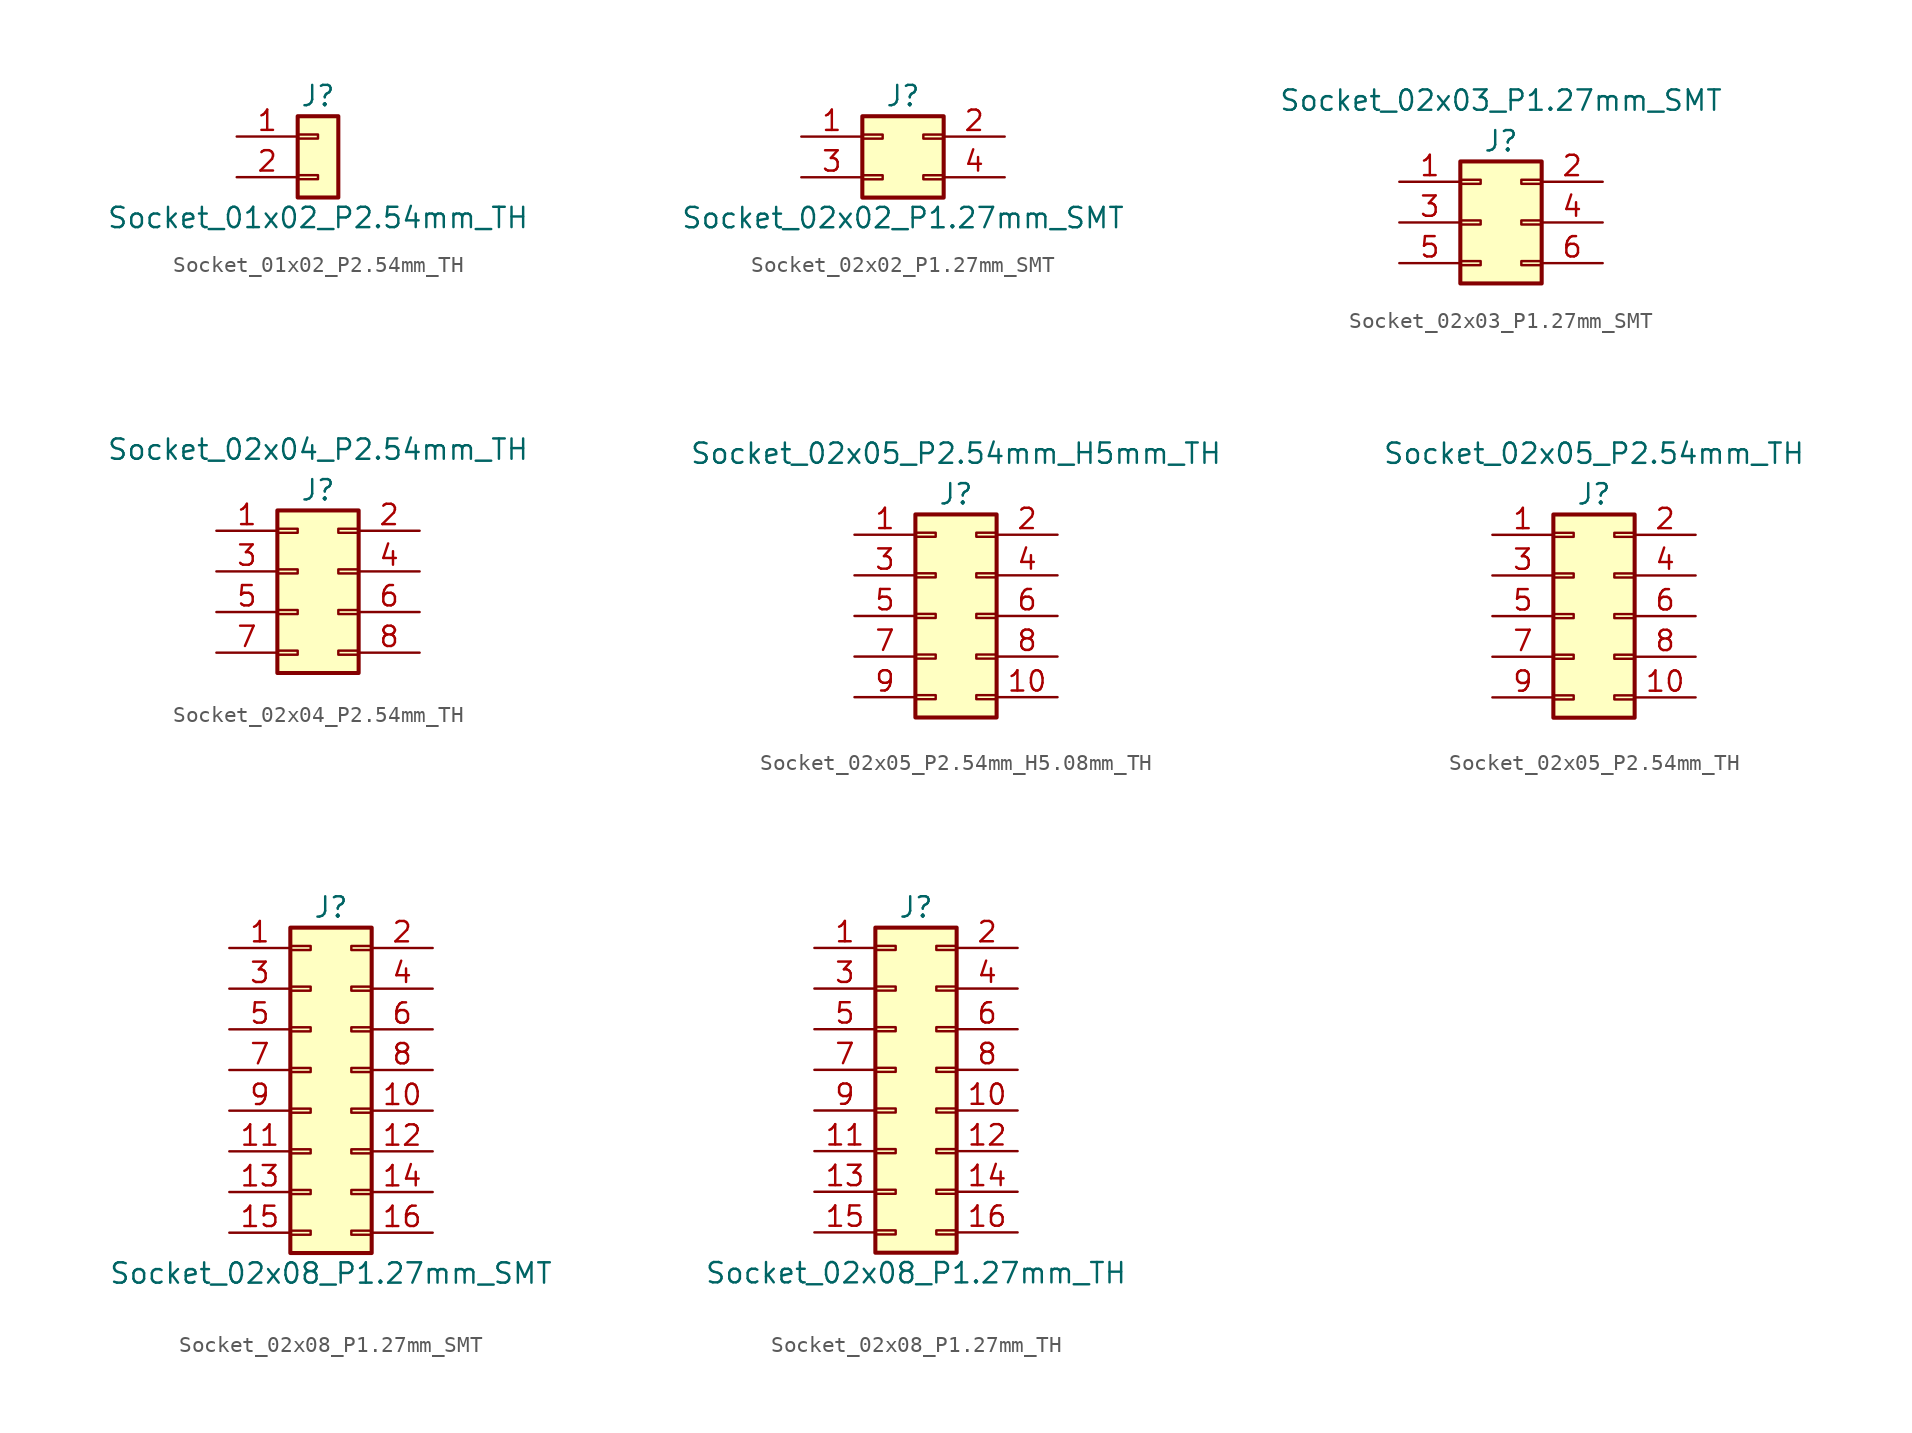
<source format=kicad_sym>
(kicad_symbol_lib
  (version 20241209)
  (generator "kicad_symbol_editor")
  (generator_version "9.0")
  (symbol "Socket_01x02_P2.54mm_TH"
    (pin_names
      (offset 1.016)
      (hide yes))
    (property "Reference" "J"
      (at 0 2.54 0)
      (effects (font (size 1.27 1.27))))
    (property "Value" "Socket_01x02_P2.54mm_TH"
      (at 0 -5.08 0)
      (effects (font (size 1.27 1.27))))
    (symbol "Socket_01x02_P2.54mm_TH_1_1"
      (rectangle (start -1.27 1.27) (end 1.27 -3.81) (stroke (width 0.254) (type default)) (fill (type background)))
      (rectangle (start -1.27 0.127) (end 0 -0.127) (stroke (width 0.152) (type default)) (fill (type none)))
      (rectangle (start -1.27 -2.413) (end 0 -2.667) (stroke (width 0.152) (type default)) (fill (type none)))
      (pin passive line (at -5.08 0 0) (length 3.81) (name "Pin_1" (effects (font (size 1.27 1.27)))) (number "1" (effects (font (size 1.27 1.27)))))
      (pin passive line (at -5.08 -2.54 0) (length 3.81) (name "Pin_2" (effects (font (size 1.27 1.27)))) (number "2" (effects (font (size 1.27 1.27)))))))
  (symbol "Socket_02x02_P1.27mm_SMT"
    (pin_names
      (offset 0.025)
      (hide yes))
    (property "Reference" "J"
      (at 0 3.81 0)
      (effects (font (size 1.27 1.27))))
    (property "Value" "Socket_02x02_P1.27mm_SMT"
      (at 0 -3.81 0)
      (effects (font (size 1.27 1.27))))
    (symbol "Socket_02x02_P1.27mm_SMT_0_1"
      (rectangle (start -2.54 2.54) (end 2.54 -2.54) (stroke (width 0.254) (type default)) (fill (type background)))
      (rectangle (start -2.54 1.397) (end -1.27 1.143) (stroke (width 0.152) (type default)) (fill (type none)))
      (rectangle (start -2.54 -1.143) (end -1.27 -1.397) (stroke (width 0.152) (type default)) (fill (type none)))
      (rectangle (start 1.27 1.397) (end 2.54 1.143) (stroke (width 0.152) (type default)) (fill (type none)))
      (rectangle (start 1.27 -1.143) (end 2.54 -1.397) (stroke (width 0.152) (type default)) (fill (type none))))
    (symbol "Socket_02x02_P1.27mm_SMT_1_1"
      (pin passive line (at -6.35 1.27 0) (length 3.81) (name "+12V" (effects (font (size 1.27 1.27)))) (number "1" (effects (font (size 1.27 1.27)))))
      (pin passive line (at -6.35 -1.27 0) (length 3.81) (name "GND" (effects (font (size 1.27 1.27)))) (number "3" (effects (font (size 1.27 1.27)))))
      (pin passive line (at 6.35 1.27 180) (length 3.81) (name "+12V" (effects (font (size 1.27 1.27)))) (number "2" (effects (font (size 1.27 1.27)))))
      (pin passive line (at 6.35 -1.27 180) (length 3.81) (name "GND" (effects (font (size 1.27 1.27)))) (number "4" (effects (font (size 1.27 1.27)))))))
  (symbol "Socket_02x03_P1.27mm_SMT"
    (pin_names
      (offset 0.025)
      (hide yes))
    (property "Reference" "J"
      (at 0 5.08 0)
      (effects (font (size 1.27 1.27))))
    (property "Value" "Socket_02x03_P1.27mm_SMT"
      (at 0 7.62 0)
      (effects (font (size 1.27 1.27))))
    (symbol "Socket_02x03_P1.27mm_SMT_0_1"
      (rectangle (start -2.54 3.81) (end 2.54 -3.81) (stroke (width 0.254) (type default)) (fill (type background)))
      (rectangle (start -2.54 2.667) (end -1.27 2.413) (stroke (width 0.152) (type default)) (fill (type none)))
      (rectangle (start -2.54 0.127) (end -1.27 -0.127) (stroke (width 0.152) (type default)) (fill (type none)))
      (rectangle (start -2.54 -2.413) (end -1.27 -2.667) (stroke (width 0.152) (type default)) (fill (type none)))
      (rectangle (start 1.27 2.667) (end 2.54 2.413) (stroke (width 0.152) (type default)) (fill (type none)))
      (rectangle (start 1.27 0.127) (end 2.54 -0.127) (stroke (width 0.152) (type default)) (fill (type none)))
      (rectangle (start 1.27 -2.413) (end 2.54 -2.667) (stroke (width 0.152) (type default)) (fill (type none))))
    (symbol "Socket_02x03_P1.27mm_SMT_1_1"
      (pin passive line (at -6.35 2.54 0) (length 3.81) (name "+12V" (effects (font (size 1.27 1.27)))) (number "1" (effects (font (size 1.27 1.27)))))
      (pin passive line (at -6.35 0 0) (length 3.81) (name "GND" (effects (font (size 1.27 1.27)))) (number "3" (effects (font (size 1.27 1.27)))))
      (pin passive line (at -6.35 -2.54 0) (length 3.81) (name "GND" (effects (font (size 1.27 1.27)))) (number "5" (effects (font (size 1.27 1.27)))))
      (pin passive line (at 6.35 2.54 180) (length 3.81) (name "+12V" (effects (font (size 1.27 1.27)))) (number "2" (effects (font (size 1.27 1.27)))))
      (pin passive line (at 6.35 0 180) (length 3.81) (name "GND" (effects (font (size 1.27 1.27)))) (number "4" (effects (font (size 1.27 1.27)))))
      (pin passive line (at 6.35 -2.54 180) (length 3.81) (name "GND" (effects (font (size 1.27 1.27)))) (number "6" (effects (font (size 1.27 1.27)))))))
  (symbol "Socket_02x04_P2.54mm_TH"
    (pin_names
      (offset 0.025)
      (hide yes))
    (property "Reference" "J"
      (at 0 6.35 0)
      (effects (font (size 1.27 1.27))))
    (property "Value" "Socket_02x04_P2.54mm_TH"
      (at 0 8.89 0)
      (effects (font (size 1.27 1.27))))
    (symbol "Socket_02x04_P2.54mm_TH_0_1"
      (rectangle (start -2.54 5.08) (end 2.54 -5.08) (stroke (width 0.254) (type default)) (fill (type background)))
      (rectangle (start -2.54 3.937) (end -1.27 3.683) (stroke (width 0) (type default)) (fill (type none)))
      (rectangle (start -2.54 1.397) (end -1.27 1.143) (stroke (width 0) (type default)) (fill (type none)))
      (rectangle (start -2.54 -1.143) (end -1.27 -1.397) (stroke (width 0) (type default)) (fill (type none)))
      (rectangle (start -2.54 -3.683) (end -1.27 -3.937) (stroke (width 0) (type default)) (fill (type none)))
      (rectangle (start 1.27 3.937) (end 2.54 3.683) (stroke (width 0) (type default)) (fill (type none)))
      (rectangle (start 1.27 1.397) (end 2.54 1.143) (stroke (width 0) (type default)) (fill (type none)))
      (rectangle (start 1.27 -1.143) (end 2.54 -1.397) (stroke (width 0) (type default)) (fill (type none)))
      (rectangle (start 1.27 -3.683) (end 2.54 -3.937) (stroke (width 0) (type default)) (fill (type none))))
    (symbol "Socket_02x04_P2.54mm_TH_1_1"
      (pin passive line (at -6.35 3.81 0) (length 3.81) (name "+12V" (effects (font (size 1.27 1.27)))) (number "1" (effects (font (size 1.27 1.27)))))
      (pin passive line (at -6.35 1.27 0) (length 3.81) (name "GND" (effects (font (size 1.27 1.27)))) (number "3" (effects (font (size 1.27 1.27)))))
      (pin passive line (at -6.35 -1.27 0) (length 3.81) (name "GND" (effects (font (size 1.27 1.27)))) (number "5" (effects (font (size 1.27 1.27)))))
      (pin passive line (at -6.35 -3.81 0) (length 3.81) (name "GND" (effects (font (size 1.27 1.27)))) (number "7" (effects (font (size 1.27 1.27)))))
      (pin passive line (at 6.35 3.81 180) (length 3.81) (name "+12V" (effects (font (size 1.27 1.27)))) (number "2" (effects (font (size 1.27 1.27)))))
      (pin passive line (at 6.35 1.27 180) (length 3.81) (name "GND" (effects (font (size 1.27 1.27)))) (number "4" (effects (font (size 1.27 1.27)))))
      (pin passive line (at 6.35 -1.27 180) (length 3.81) (name "GND" (effects (font (size 1.27 1.27)))) (number "6" (effects (font (size 1.27 1.27)))))
      (pin passive line (at 6.35 -3.81 180) (length 3.81) (name "GND" (effects (font (size 1.27 1.27)))) (number "8" (effects (font (size 1.27 1.27)))))))
  (symbol "Socket_02x05_P2.54mm_H5.08mm_TH"
    (pin_names
      (offset 0.025)
      (hide yes))
    (property "Reference" "J"
      (at 0 3.81 0)
      (effects (font (size 1.27 1.27))))
    (property "Value" "Socket_02x05_P2.54mm_H5mm_TH"
      (at 0 6.35 0)
      (effects (font (size 1.27 1.27))))
    (symbol "Socket_02x05_P2.54mm_H5.08mm_TH_0_1"
      (rectangle (start -2.54 1.397) (end -1.27 1.143) (stroke (width 0) (type default)) (fill (type none)))
      (rectangle (start -2.54 -1.143) (end -1.27 -1.397) (stroke (width 0) (type default)) (fill (type none)))
      (rectangle (start -2.54 -3.683) (end -1.27 -3.937) (stroke (width 0) (type default)) (fill (type none)))
      (rectangle (start -2.54 -6.223) (end -1.27 -6.477) (stroke (width 0) (type default)) (fill (type none)))
      (rectangle (start -2.54 -8.763) (end -1.27 -9.017) (stroke (width 0) (type default)) (fill (type none)))
      (rectangle (start -2.54 -10.16) (end 2.54 2.54) (stroke (width 0.254) (type default)) (fill (type background)))
      (rectangle (start 1.27 1.397) (end 2.54 1.143) (stroke (width 0) (type default)) (fill (type none)))
      (rectangle (start 1.27 -1.143) (end 2.54 -1.397) (stroke (width 0) (type default)) (fill (type none)))
      (rectangle (start 1.27 -3.683) (end 2.54 -3.937) (stroke (width 0) (type default)) (fill (type none)))
      (rectangle (start 1.27 -6.223) (end 2.54 -6.477) (stroke (width 0) (type default)) (fill (type none)))
      (rectangle (start 1.27 -8.763) (end 2.54 -9.017) (stroke (width 0) (type default)) (fill (type none))))
    (symbol "Socket_02x05_P2.54mm_H5.08mm_TH_1_1"
      (pin passive line (at -6.35 1.27 0) (length 3.81) (name "+12V" (effects (font (size 1.27 1.27)))) (number "1" (effects (font (size 1.27 1.27)))))
      (pin passive line (at -6.35 -1.27 0) (length 3.81) (name "GND" (effects (font (size 1.27 1.27)))) (number "3" (effects (font (size 1.27 1.27)))))
      (pin passive line (at -6.35 -3.81 0) (length 3.81) (name "GND" (effects (font (size 1.27 1.27)))) (number "5" (effects (font (size 1.27 1.27)))))
      (pin passive line (at -6.35 -6.35 0) (length 3.81) (name "GND" (effects (font (size 1.27 1.27)))) (number "7" (effects (font (size 1.27 1.27)))))
      (pin passive line (at -6.35 -8.89 0) (length 3.81) (name "-12V" (effects (font (size 1.27 1.27)))) (number "9" (effects (font (size 1.27 1.27)))))
      (pin passive line (at 6.35 1.27 180) (length 3.81) (name "+12V" (effects (font (size 1.27 1.27)))) (number "2" (effects (font (size 1.27 1.27)))))
      (pin passive line (at 6.35 -1.27 180) (length 3.81) (name "GND" (effects (font (size 1.27 1.27)))) (number "4" (effects (font (size 1.27 1.27)))))
      (pin passive line (at 6.35 -3.81 180) (length 3.81) (name "GND" (effects (font (size 1.27 1.27)))) (number "6" (effects (font (size 1.27 1.27)))))
      (pin passive line (at 6.35 -6.35 180) (length 3.81) (name "GND" (effects (font (size 1.27 1.27)))) (number "8" (effects (font (size 1.27 1.27)))))
      (pin passive line (at 6.35 -8.89 180) (length 3.81) (name "-12V" (effects (font (size 1.27 1.27)))) (number "10" (effects (font (size 1.27 1.27)))))))
  (symbol "Socket_02x05_P2.54mm_TH"
    (pin_names
      (offset 0.025)
      (hide yes))
    (property "Reference" "J"
      (at 0 3.81 0)
      (effects (font (size 1.27 1.27))))
    (property "Value" "Socket_02x05_P2.54mm_TH"
      (at 0 6.35 0)
      (effects (font (size 1.27 1.27))))
    (symbol "Socket_02x05_P2.54mm_TH_0_1"
      (rectangle (start -2.54 1.397) (end -1.27 1.143) (stroke (width 0) (type default)) (fill (type none)))
      (rectangle (start -2.54 -1.143) (end -1.27 -1.397) (stroke (width 0) (type default)) (fill (type none)))
      (rectangle (start -2.54 -3.683) (end -1.27 -3.937) (stroke (width 0) (type default)) (fill (type none)))
      (rectangle (start -2.54 -6.223) (end -1.27 -6.477) (stroke (width 0) (type default)) (fill (type none)))
      (rectangle (start -2.54 -8.763) (end -1.27 -9.017) (stroke (width 0) (type default)) (fill (type none)))
      (rectangle (start -2.54 -10.16) (end 2.54 2.54) (stroke (width 0.254) (type default)) (fill (type background)))
      (rectangle (start 1.27 1.397) (end 2.54 1.143) (stroke (width 0) (type default)) (fill (type none)))
      (rectangle (start 1.27 -1.143) (end 2.54 -1.397) (stroke (width 0) (type default)) (fill (type none)))
      (rectangle (start 1.27 -3.683) (end 2.54 -3.937) (stroke (width 0) (type default)) (fill (type none)))
      (rectangle (start 1.27 -6.223) (end 2.54 -6.477) (stroke (width 0) (type default)) (fill (type none)))
      (rectangle (start 1.27 -8.763) (end 2.54 -9.017) (stroke (width 0) (type default)) (fill (type none))))
    (symbol "Socket_02x05_P2.54mm_TH_1_1"
      (pin passive line (at -6.35 1.27 0) (length 3.81) (name "+12V" (effects (font (size 1.27 1.27)))) (number "1" (effects (font (size 1.27 1.27)))))
      (pin passive line (at -6.35 -1.27 0) (length 3.81) (name "GND" (effects (font (size 1.27 1.27)))) (number "3" (effects (font (size 1.27 1.27)))))
      (pin passive line (at -6.35 -3.81 0) (length 3.81) (name "GND" (effects (font (size 1.27 1.27)))) (number "5" (effects (font (size 1.27 1.27)))))
      (pin passive line (at -6.35 -6.35 0) (length 3.81) (name "GND" (effects (font (size 1.27 1.27)))) (number "7" (effects (font (size 1.27 1.27)))))
      (pin passive line (at -6.35 -8.89 0) (length 3.81) (name "-12V" (effects (font (size 1.27 1.27)))) (number "9" (effects (font (size 1.27 1.27)))))
      (pin passive line (at 6.35 1.27 180) (length 3.81) (name "+12V" (effects (font (size 1.27 1.27)))) (number "2" (effects (font (size 1.27 1.27)))))
      (pin passive line (at 6.35 -1.27 180) (length 3.81) (name "GND" (effects (font (size 1.27 1.27)))) (number "4" (effects (font (size 1.27 1.27)))))
      (pin passive line (at 6.35 -3.81 180) (length 3.81) (name "GND" (effects (font (size 1.27 1.27)))) (number "6" (effects (font (size 1.27 1.27)))))
      (pin passive line (at 6.35 -6.35 180) (length 3.81) (name "GND" (effects (font (size 1.27 1.27)))) (number "8" (effects (font (size 1.27 1.27)))))
      (pin passive line (at 6.35 -8.89 180) (length 3.81) (name "-12V" (effects (font (size 1.27 1.27)))) (number "10" (effects (font (size 1.27 1.27)))))))
  (symbol "Socket_02x08_P1.27mm_SMT"
    (pin_names
      (offset 1.016)
      (hide yes))
    (property "Reference" "J"
      (at 0 11.43 0)
      (effects (font (size 1.27 1.27))))
    (property "Value" "Socket_02x08_P1.27mm_SMT"
      (at 0 -11.43 0)
      (effects (font (size 1.27 1.27))))
    (symbol "Socket_02x08_P1.27mm_SMT_1_1"
      (rectangle (start -2.54 10.16) (end 2.54 -10.16) (stroke (width 0.254) (type default)) (fill (type background)))
      (rectangle (start -2.54 9.017) (end -1.27 8.763) (stroke (width 0) (type default)) (fill (type none)))
      (rectangle (start -2.54 6.477) (end -1.27 6.223) (stroke (width 0) (type default)) (fill (type none)))
      (rectangle (start -2.54 3.937) (end -1.27 3.683) (stroke (width 0) (type default)) (fill (type none)))
      (rectangle (start -2.54 1.397) (end -1.27 1.143) (stroke (width 0) (type default)) (fill (type none)))
      (rectangle (start -2.54 -1.143) (end -1.27 -1.397) (stroke (width 0) (type default)) (fill (type none)))
      (rectangle (start -2.54 -3.683) (end -1.27 -3.937) (stroke (width 0) (type default)) (fill (type none)))
      (rectangle (start -2.54 -6.223) (end -1.27 -6.477) (stroke (width 0) (type default)) (fill (type none)))
      (rectangle (start -2.54 -8.763) (end -1.27 -9.017) (stroke (width 0) (type default)) (fill (type none)))
      (rectangle (start 1.27 9.017) (end 2.54 8.763) (stroke (width 0) (type default)) (fill (type none)))
      (rectangle (start 1.27 6.477) (end 2.54 6.223) (stroke (width 0) (type default)) (fill (type none)))
      (rectangle (start 1.27 3.937) (end 2.54 3.683) (stroke (width 0) (type default)) (fill (type none)))
      (rectangle (start 1.27 1.397) (end 2.54 1.143) (stroke (width 0) (type default)) (fill (type none)))
      (rectangle (start 1.27 -1.143) (end 2.54 -1.397) (stroke (width 0) (type default)) (fill (type none)))
      (rectangle (start 1.27 -3.683) (end 2.54 -3.937) (stroke (width 0) (type default)) (fill (type none)))
      (rectangle (start 1.27 -6.223) (end 2.54 -6.477) (stroke (width 0) (type default)) (fill (type none)))
      (rectangle (start 1.27 -8.763) (end 2.54 -9.017) (stroke (width 0) (type default)) (fill (type none)))
      (pin passive line (at -6.35 8.89 0) (length 3.81) (name "P1" (effects (font (size 1.27 1.27)))) (number "1" (effects (font (size 1.27 1.27)))))
      (pin passive line (at -6.35 6.35 0) (length 3.81) (name "P3" (effects (font (size 1.27 1.27)))) (number "3" (effects (font (size 1.27 1.27)))))
      (pin passive line (at -6.35 3.81 0) (length 3.81) (name "+12V" (effects (font (size 1.27 1.27)))) (number "5" (effects (font (size 1.27 1.27)))))
      (pin passive line (at -6.35 1.27 0) (length 3.81) (name "12V" (effects (font (size 1.27 1.27)))) (number "7" (effects (font (size 1.27 1.27)))))
      (pin passive line (at -6.35 -1.27 0) (length 3.81) (name "GND" (effects (font (size 1.27 1.27)))) (number "9" (effects (font (size 1.27 1.27)))))
      (pin passive line (at -6.35 -3.81 0) (length 3.81) (name "GND" (effects (font (size 1.27 1.27)))) (number "11" (effects (font (size 1.27 1.27)))))
      (pin passive line (at -6.35 -6.35 0) (length 3.81) (name "-12" (effects (font (size 1.27 1.27)))) (number "13" (effects (font (size 1.27 1.27)))))
      (pin passive line (at -6.35 -8.89 0) (length 3.81) (name "-12V" (effects (font (size 1.27 1.27)))) (number "15" (effects (font (size 1.27 1.27)))))
      (pin passive line (at 6.35 8.89 180) (length 3.81) (name "P2" (effects (font (size 1.27 1.27)))) (number "2" (effects (font (size 1.27 1.27)))))
      (pin passive line (at 6.35 6.35 180) (length 3.81) (name "P4" (effects (font (size 1.27 1.27)))) (number "4" (effects (font (size 1.27 1.27)))))
      (pin passive line (at 6.35 3.81 180) (length 3.81) (name "P6" (effects (font (size 1.27 1.27)))) (number "6" (effects (font (size 1.27 1.27)))))
      (pin passive line (at 6.35 1.27 180) (length 3.81) (name "+12V" (effects (font (size 1.27 1.27)))) (number "8" (effects (font (size 1.27 1.27)))))
      (pin passive line (at 6.35 -1.27 180) (length 3.81) (name "GND" (effects (font (size 1.27 1.27)))) (number "10" (effects (font (size 1.27 1.27)))))
      (pin passive line (at 6.35 -3.81 180) (length 3.81) (name "GND" (effects (font (size 1.27 1.27)))) (number "12" (effects (font (size 1.27 1.27)))))
      (pin passive line (at 6.35 -6.35 180) (length 3.81) (name "-12V" (effects (font (size 1.27 1.27)))) (number "14" (effects (font (size 1.27 1.27)))))
      (pin passive line (at 6.35 -8.89 180) (length 3.81) (name "P16" (effects (font (size 1.27 1.27)))) (number "16" (effects (font (size 1.27 1.27)))))))
  (symbol "Socket_02x08_P1.27mm_TH"
    (pin_names
      (offset 1.016)
      (hide yes))
    (property "Reference" "J"
      (at 0 11.43 0)
      (effects (font (size 1.27 1.27))))
    (property "Value" "Socket_02x08_P1.27mm_TH"
      (at 0 -11.43 0)
      (effects (font (size 1.27 1.27))))
    (symbol "Socket_02x08_P1.27mm_TH_1_1"
      (rectangle (start -2.54 10.16) (end 2.54 -10.16) (stroke (width 0.254) (type default)) (fill (type background)))
      (rectangle (start -2.54 9.017) (end -1.27 8.763) (stroke (width 0) (type default)) (fill (type none)))
      (rectangle (start -2.54 6.477) (end -1.27 6.223) (stroke (width 0) (type default)) (fill (type none)))
      (rectangle (start -2.54 3.937) (end -1.27 3.683) (stroke (width 0) (type default)) (fill (type none)))
      (rectangle (start -2.54 1.397) (end -1.27 1.143) (stroke (width 0) (type default)) (fill (type none)))
      (rectangle (start -2.54 -1.143) (end -1.27 -1.397) (stroke (width 0) (type default)) (fill (type none)))
      (rectangle (start -2.54 -3.683) (end -1.27 -3.937) (stroke (width 0) (type default)) (fill (type none)))
      (rectangle (start -2.54 -6.223) (end -1.27 -6.477) (stroke (width 0) (type default)) (fill (type none)))
      (rectangle (start -2.54 -8.763) (end -1.27 -9.017) (stroke (width 0) (type default)) (fill (type none)))
      (rectangle (start 1.27 9.017) (end 2.54 8.763) (stroke (width 0) (type default)) (fill (type none)))
      (rectangle (start 1.27 6.477) (end 2.54 6.223) (stroke (width 0) (type default)) (fill (type none)))
      (rectangle (start 1.27 3.937) (end 2.54 3.683) (stroke (width 0) (type default)) (fill (type none)))
      (rectangle (start 1.27 1.397) (end 2.54 1.143) (stroke (width 0) (type default)) (fill (type none)))
      (rectangle (start 1.27 -1.143) (end 2.54 -1.397) (stroke (width 0) (type default)) (fill (type none)))
      (rectangle (start 1.27 -3.683) (end 2.54 -3.937) (stroke (width 0) (type default)) (fill (type none)))
      (rectangle (start 1.27 -6.223) (end 2.54 -6.477) (stroke (width 0) (type default)) (fill (type none)))
      (rectangle (start 1.27 -8.763) (end 2.54 -9.017) (stroke (width 0) (type default)) (fill (type none)))
      (pin passive line (at -6.35 8.89 0) (length 3.81) (name "1" (effects (font (size 1.27 1.27)))) (number "1" (effects (font (size 1.27 1.27)))))
      (pin passive line (at -6.35 6.35 0) (length 3.81) (name "3" (effects (font (size 1.27 1.27)))) (number "3" (effects (font (size 1.27 1.27)))))
      (pin passive line (at -6.35 3.81 0) (length 3.81) (name "5" (effects (font (size 1.27 1.27)))) (number "5" (effects (font (size 1.27 1.27)))))
      (pin passive line (at -6.35 1.27 0) (length 3.81) (name "7" (effects (font (size 1.27 1.27)))) (number "7" (effects (font (size 1.27 1.27)))))
      (pin passive line (at -6.35 -1.27 0) (length 3.81) (name "9" (effects (font (size 1.27 1.27)))) (number "9" (effects (font (size 1.27 1.27)))))
      (pin passive line (at -6.35 -3.81 0) (length 3.81) (name "11" (effects (font (size 1.27 1.27)))) (number "11" (effects (font (size 1.27 1.27)))))
      (pin passive line (at -6.35 -6.35 0) (length 3.81) (name "13" (effects (font (size 1.27 1.27)))) (number "13" (effects (font (size 1.27 1.27)))))
      (pin passive line (at -6.35 -8.89 0) (length 3.81) (name "15" (effects (font (size 1.27 1.27)))) (number "15" (effects (font (size 1.27 1.27)))))
      (pin passive line (at 6.35 8.89 180) (length 3.81) (name "2" (effects (font (size 1.27 1.27)))) (number "2" (effects (font (size 1.27 1.27)))))
      (pin passive line (at 6.35 6.35 180) (length 3.81) (name "4" (effects (font (size 1.27 1.27)))) (number "4" (effects (font (size 1.27 1.27)))))
      (pin passive line (at 6.35 3.81 180) (length 3.81) (name "6" (effects (font (size 1.27 1.27)))) (number "6" (effects (font (size 1.27 1.27)))))
      (pin passive line (at 6.35 1.27 180) (length 3.81) (name "8" (effects (font (size 1.27 1.27)))) (number "8" (effects (font (size 1.27 1.27)))))
      (pin passive line (at 6.35 -1.27 180) (length 3.81) (name "10" (effects (font (size 1.27 1.27)))) (number "10" (effects (font (size 1.27 1.27)))))
      (pin passive line (at 6.35 -3.81 180) (length 3.81) (name "12" (effects (font (size 1.27 1.27)))) (number "12" (effects (font (size 1.27 1.27)))))
      (pin passive line (at 6.35 -6.35 180) (length 3.81) (name "14" (effects (font (size 1.27 1.27)))) (number "14" (effects (font (size 1.27 1.27)))))
      (pin passive line (at 6.35 -8.89 180) (length 3.81) (name "16" (effects (font (size 1.27 1.27)))) (number "16" (effects (font (size 1.27 1.27))))))))
</source>
